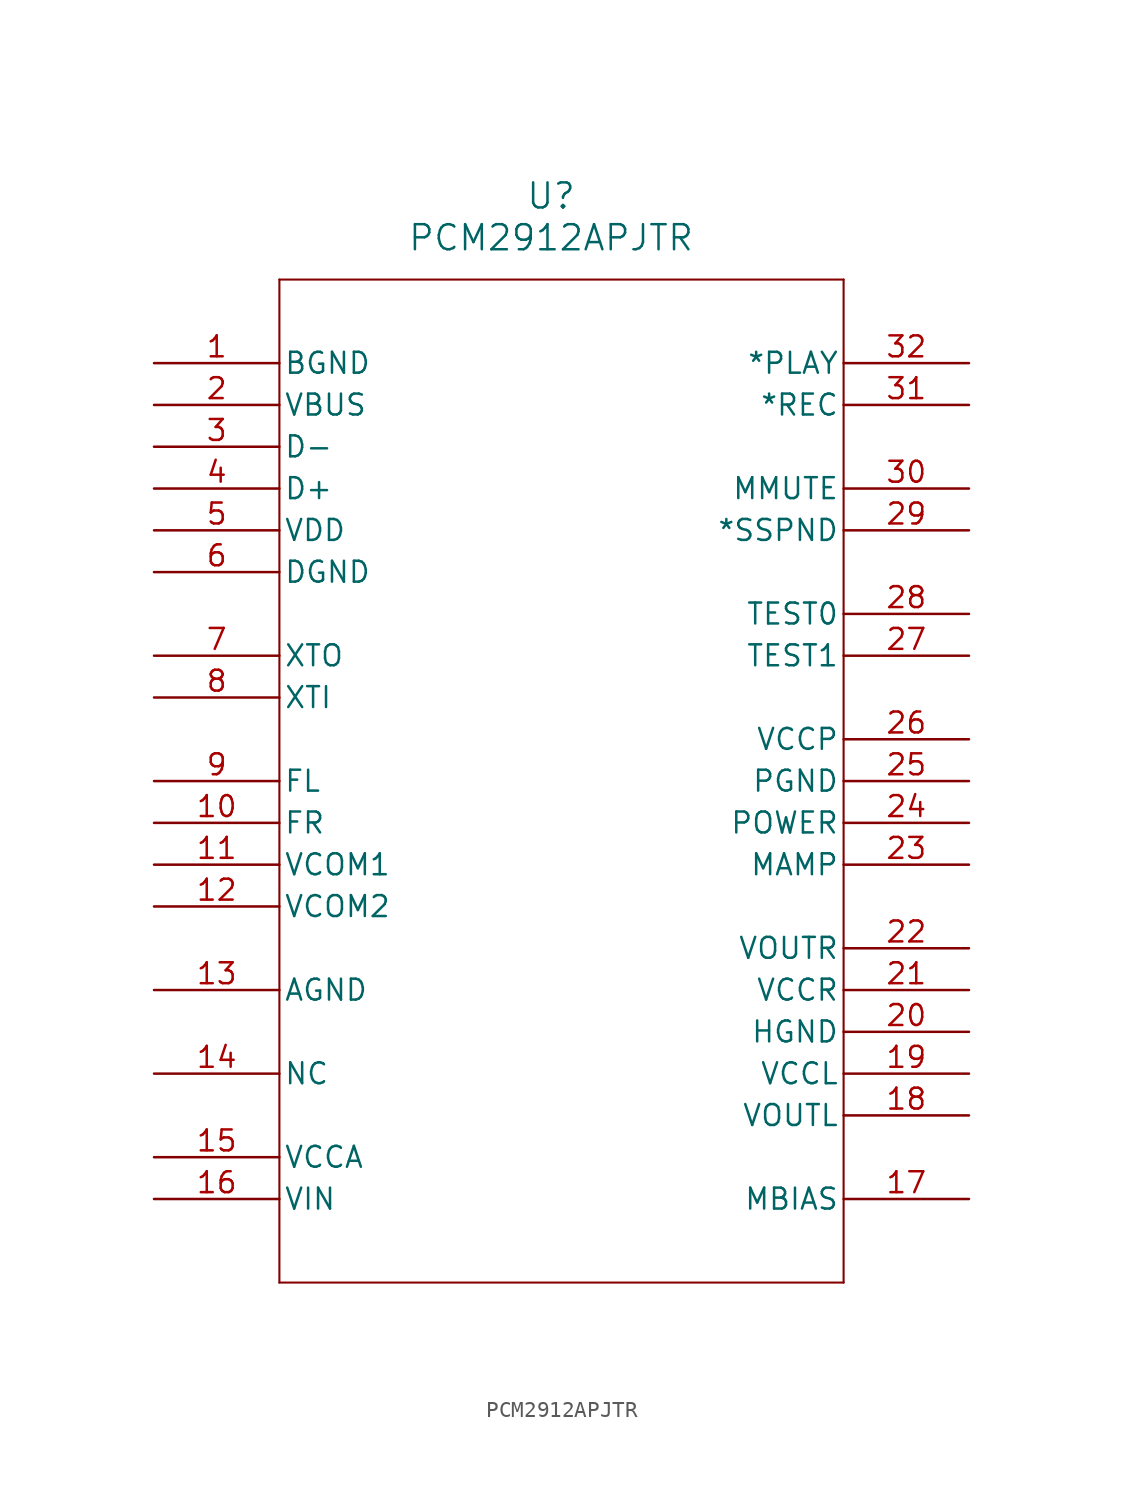
<source format=kicad_sym>
(kicad_symbol_lib
  (version 20231120)
  (generator "kicad_symbol_editor")
  (generator_version "8.0")
  (symbol "PCM2912APJTR"
    (pin_names
      (offset 0.254))
    (property "Reference" "U"
      (at 24.13 10.16 0)
      (effects (font (size 1.524 1.524))))
    (property "Value" "PCM2912APJTR"
      (at 24.13 7.62 0)
      (effects (font (size 1.524 1.524))))
    (property "ki_locked" ""
      (at 0 0 0)
      (effects (font (size 1.27 1.27))))
    (symbol "PCM2912APJTR_0_1"
      (polyline (pts (xy 7.62 -55.88) (xy 41.91 -55.88)) (stroke (width 0.127) (type default)) (fill (type none)))
      (polyline (pts (xy 7.62 5.08) (xy 7.62 -55.88)) (stroke (width 0.127) (type default)) (fill (type none)))
      (polyline (pts (xy 41.91 -55.88) (xy 41.91 5.08)) (stroke (width 0.127) (type default)) (fill (type none)))
      (polyline (pts (xy 41.91 5.08) (xy 7.62 5.08)) (stroke (width 0.127) (type default)) (fill (type none)))
      (pin power_in line (at 0 0 0) (length 7.62) (name "BGND" (effects (font (size 1.27 1.27)))) (number "1" (effects (font (size 1.27 1.27)))))
      (pin power_in line (at 0 -30.48 0) (length 7.62) (name "VCOM1" (effects (font (size 1.27 1.27)))) (number "11" (effects (font (size 1.27 1.27)))))
      (pin power_in line (at 0 -33.02 0) (length 7.62) (name "VCOM2" (effects (font (size 1.27 1.27)))) (number "12" (effects (font (size 1.27 1.27)))))
      (pin power_in line (at 0 -38.1 0) (length 7.62) (name "AGND" (effects (font (size 1.27 1.27)))) (number "13" (effects (font (size 1.27 1.27)))))
      (pin unspecified line (at 0 -43.18 0) (length 7.62) (name "NC" (effects (font (size 1.27 1.27)))) (number "14" (effects (font (size 1.27 1.27)))))
      (pin power_in line (at 0 -48.26 0) (length 7.62) (name "VCCA" (effects (font (size 1.27 1.27)))) (number "15" (effects (font (size 1.27 1.27)))))
      (pin input line (at 0 -50.8 0) (length 7.62) (name "VIN" (effects (font (size 1.27 1.27)))) (number "16" (effects (font (size 1.27 1.27)))))
      (pin output line (at 49.53 -50.8 180) (length 7.62) (name "MBIAS" (effects (font (size 1.27 1.27)))) (number "17" (effects (font (size 1.27 1.27)))))
      (pin output line (at 49.53 -45.72 180) (length 7.62) (name "VOUTL" (effects (font (size 1.27 1.27)))) (number "18" (effects (font (size 1.27 1.27)))))
      (pin power_in line (at 49.53 -43.18 180) (length 7.62) (name "VCCL" (effects (font (size 1.27 1.27)))) (number "19" (effects (font (size 1.27 1.27)))))
      (pin power_in line (at 0 -2.54 0) (length 7.62) (name "VBUS" (effects (font (size 1.27 1.27)))) (number "2" (effects (font (size 1.27 1.27)))))
      (pin power_in line (at 49.53 -40.64 180) (length 7.62) (name "HGND" (effects (font (size 1.27 1.27)))) (number "20" (effects (font (size 1.27 1.27)))))
      (pin power_in line (at 49.53 -38.1 180) (length 7.62) (name "VCCR" (effects (font (size 1.27 1.27)))) (number "21" (effects (font (size 1.27 1.27)))))
      (pin output line (at 49.53 -35.56 180) (length 7.62) (name "VOUTR" (effects (font (size 1.27 1.27)))) (number "22" (effects (font (size 1.27 1.27)))))
      (pin input line (at 49.53 -30.48 180) (length 7.62) (name "MAMP" (effects (font (size 1.27 1.27)))) (number "23" (effects (font (size 1.27 1.27)))))
      (pin power_in line (at 49.53 -25.4 180) (length 7.62) (name "PGND" (effects (font (size 1.27 1.27)))) (number "25" (effects (font (size 1.27 1.27)))))
      (pin power_in line (at 49.53 -22.86 180) (length 7.62) (name "VCCP" (effects (font (size 1.27 1.27)))) (number "26" (effects (font (size 1.27 1.27)))))
      (pin input line (at 49.53 -17.78 180) (length 7.62) (name "TEST1" (effects (font (size 1.27 1.27)))) (number "27" (effects (font (size 1.27 1.27)))))
      (pin input line (at 49.53 -15.24 180) (length 7.62) (name "TEST0" (effects (font (size 1.27 1.27)))) (number "28" (effects (font (size 1.27 1.27)))))
      (pin output line (at 49.53 -10.16 180) (length 7.62) (name "*SSPND" (effects (font (size 1.27 1.27)))) (number "29" (effects (font (size 1.27 1.27)))))
      (pin bidirectional line (at 0 -5.08 0) (length 7.62) (name "D-" (effects (font (size 1.27 1.27)))) (number "3" (effects (font (size 1.27 1.27)))))
      (pin input line (at 49.53 -7.62 180) (length 7.62) (name "MMUTE" (effects (font (size 1.27 1.27)))) (number "30" (effects (font (size 1.27 1.27)))))
      (pin output line (at 49.53 -2.54 180) (length 7.62) (name "*REC" (effects (font (size 1.27 1.27)))) (number "31" (effects (font (size 1.27 1.27)))))
      (pin output line (at 49.53 0 180) (length 7.62) (name "*PLAY" (effects (font (size 1.27 1.27)))) (number "32" (effects (font (size 1.27 1.27)))))
      (pin bidirectional line (at 0 -7.62 0) (length 7.62) (name "D+" (effects (font (size 1.27 1.27)))) (number "4" (effects (font (size 1.27 1.27)))))
      (pin power_in line (at 0 -10.16 0) (length 7.62) (name "VDD" (effects (font (size 1.27 1.27)))) (number "5" (effects (font (size 1.27 1.27)))))
      (pin power_in line (at 0 -12.7 0) (length 7.62) (name "DGND" (effects (font (size 1.27 1.27)))) (number "6" (effects (font (size 1.27 1.27)))))
      (pin output line (at 0 -17.78 0) (length 7.62) (name "XTO" (effects (font (size 1.27 1.27)))) (number "7" (effects (font (size 1.27 1.27)))))
      (pin input line (at 0 -20.32 0) (length 7.62) (name "XTI" (effects (font (size 1.27 1.27)))) (number "8" (effects (font (size 1.27 1.27))))))
    (symbol "PCM2912APJTR_1_1"
      (pin passive line (at 0 -27.94 0) (length 7.62) (name "FR" (effects (font (size 1.27 1.27)))) (number "10" (effects (font (size 1.27 1.27)))))
      (pin input line (at 49.53 -27.94 180) (length 7.62) (name "POWER" (effects (font (size 1.27 1.27)))) (number "24" (effects (font (size 1.27 1.27)))))
      (pin passive line (at 0 -25.4 0) (length 7.62) (name "FL" (effects (font (size 1.27 1.27)))) (number "9" (effects (font (size 1.27 1.27))))))))
</source>
